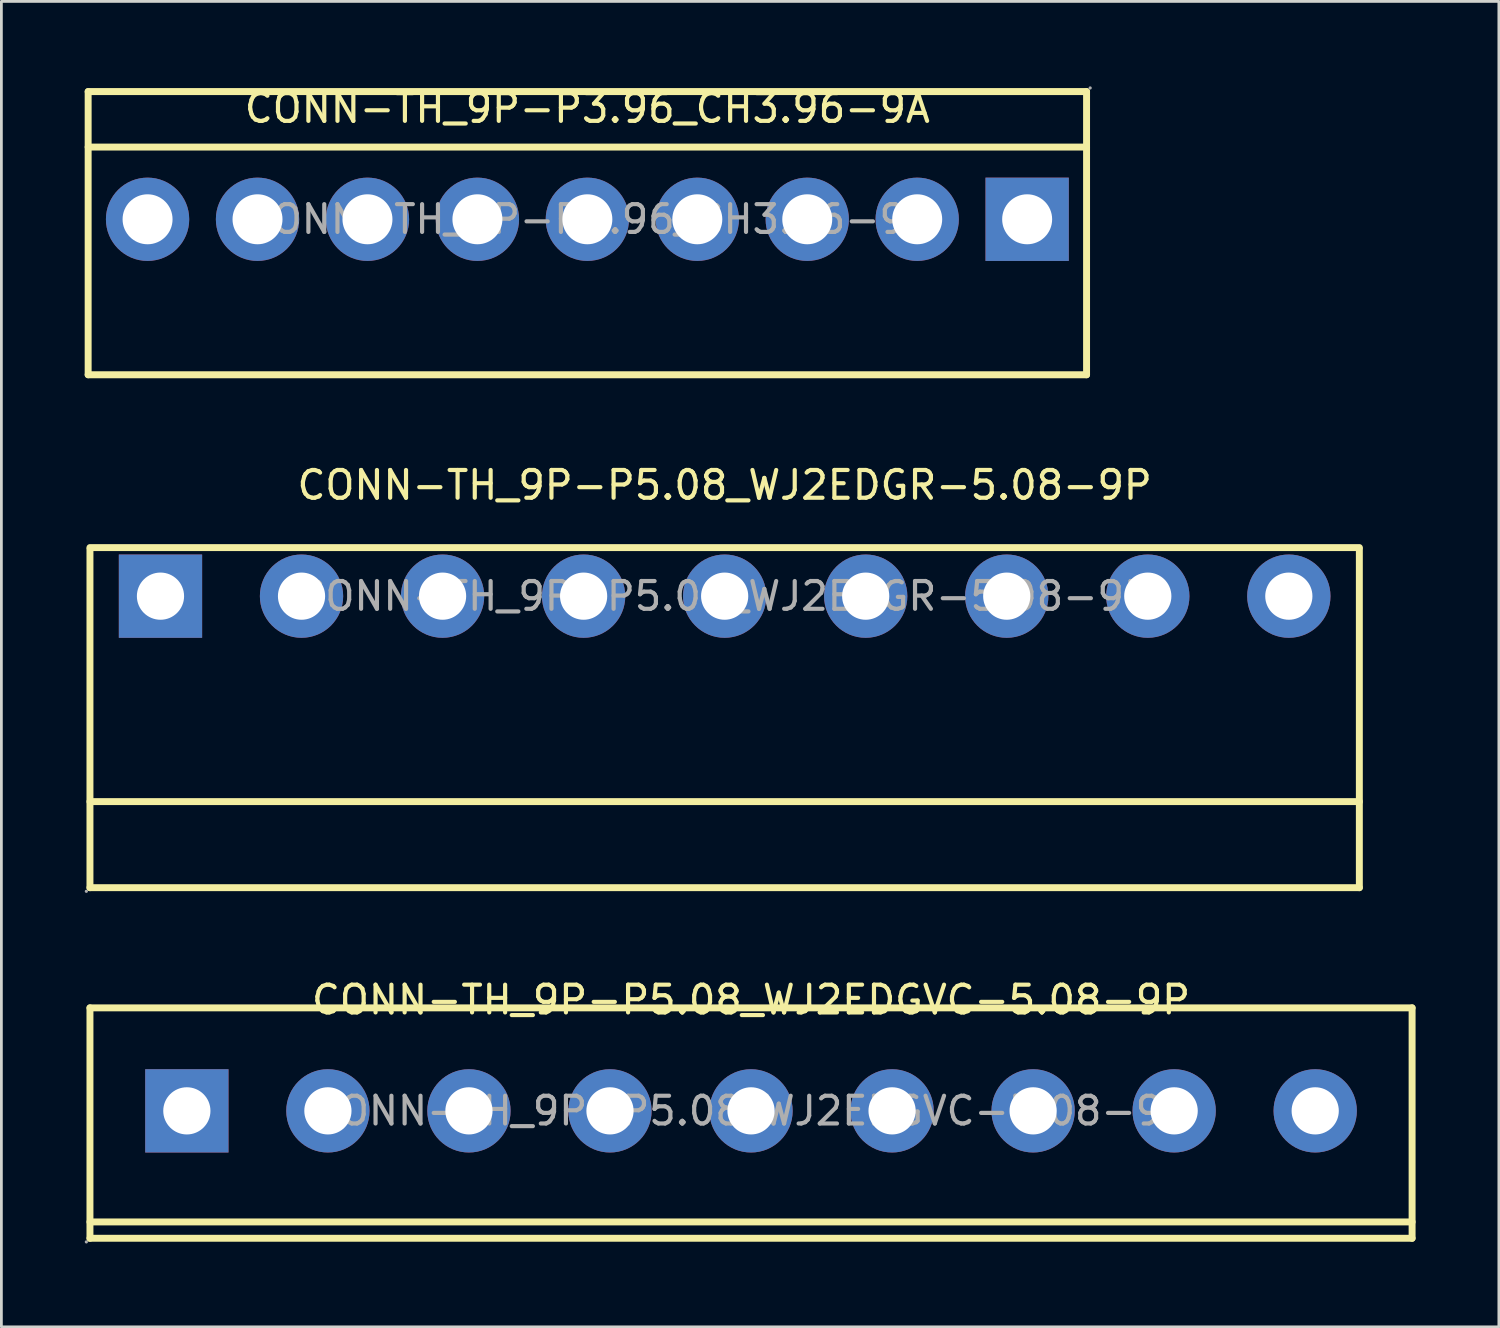
<source format=kicad_pcb>
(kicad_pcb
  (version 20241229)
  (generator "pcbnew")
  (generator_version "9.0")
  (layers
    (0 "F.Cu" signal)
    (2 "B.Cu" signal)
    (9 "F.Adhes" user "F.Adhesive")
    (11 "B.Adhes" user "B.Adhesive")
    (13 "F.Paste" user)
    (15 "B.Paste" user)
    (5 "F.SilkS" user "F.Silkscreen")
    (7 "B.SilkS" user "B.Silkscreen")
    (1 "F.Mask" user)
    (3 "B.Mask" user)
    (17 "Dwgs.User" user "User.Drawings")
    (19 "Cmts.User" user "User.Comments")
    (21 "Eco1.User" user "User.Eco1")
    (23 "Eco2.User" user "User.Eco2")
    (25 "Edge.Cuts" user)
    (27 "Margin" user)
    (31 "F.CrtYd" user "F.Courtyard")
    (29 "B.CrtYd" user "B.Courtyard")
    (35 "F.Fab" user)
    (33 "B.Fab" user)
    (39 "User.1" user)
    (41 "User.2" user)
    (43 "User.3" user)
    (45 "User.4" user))
  (footprint "CONN-TH_9P-P5.08_WJ2EDGVC-5.08-9P"
    (layer "F.Cu")
    (at 24 36.96)
    (property "Reference" "CONN-TH_9P-P5.08_WJ2EDGVC-5.08-9P" (at 0 -4 0) (layer "F.SilkS") (effects (font (size 1 1) (thickness 0.15))))
    (attr through_hole)
    (fp_line (start -23.81 -3.71) (end 23.81 -3.71) (stroke (width 0.25) (type solid)) (layer "F.SilkS"))
    (fp_line (start -23.81 4) (end 23.81 4) (stroke (width 0.25) (type solid)) (layer "F.SilkS"))
    (fp_line (start -23.81 4.59) (end -23.81 -3.71) (stroke (width 0.25) (type solid)) (layer "F.SilkS"))
    (fp_line (start -23.81 4.59) (end 23.81 4.59) (stroke (width 0.25) (type solid)) (layer "F.SilkS"))
    (fp_line (start 23.81 4.59) (end 23.81 -3.71) (stroke (width 0.25) (type solid)) (layer "F.SilkS"))
    (fp_circle (center -23.94 4.72) (end -23.91 4.72) (stroke (width 0.06) (type solid)) (fill no) (layer "F.Fab"))
    (fp_circle (center -20.32 0) (end -19.94 0) (stroke (width 0.75) (type solid)) (fill no) (layer "F.Fab"))
    (fp_circle (center -15.24 0) (end -14.86 0) (stroke (width 0.75) (type solid)) (fill no) (layer "F.Fab"))
    (fp_circle (center -10.16 0) (end -9.78 0) (stroke (width 0.75) (type solid)) (fill no) (layer "F.Fab"))
    (fp_circle (center -5.08 0) (end -4.7 0) (stroke (width 0.75) (type solid)) (fill no) (layer "F.Fab"))
    (fp_circle (center 0 0) (end 0.38 0) (stroke (width 0.75) (type solid)) (fill no) (layer "F.Fab"))
    (fp_circle (center 5.08 0) (end 5.46 0) (stroke (width 0.75) (type solid)) (fill no) (layer "F.Fab"))
    (fp_circle (center 10.16 0) (end 10.54 0) (stroke (width 0.75) (type solid)) (fill no) (layer "F.Fab"))
    (fp_circle (center 15.24 0) (end 15.62 0) (stroke (width 0.75) (type solid)) (fill no) (layer "F.Fab"))
    (fp_circle (center 20.32 0) (end 20.7 0) (stroke (width 0.75) (type solid)) (fill no) (layer "F.Fab"))
    (fp_text user "${REFERENCE}" (at 0 0 0) (layer "F.Fab") (effects (font (size 1 1) (thickness 0.15))))
    (pad "1" thru_hole rect (at -20.32 0) (size 3 3) (drill 1.7) (layers "*.Cu" "*.Paste" "*.Mask"))
    (pad "2" thru_hole circle (at -15.24 0) (size 3 3) (drill 1.7) (layers "*.Cu" "*.Paste" "*.Mask"))
    (pad "3" thru_hole circle (at -10.16 0) (size 3 3) (drill 1.7) (layers "*.Cu" "*.Paste" "*.Mask"))
    (pad "4" thru_hole circle (at -5.08 0) (size 3 3) (drill 1.7) (layers "*.Cu" "*.Paste" "*.Mask"))
    (pad "5" thru_hole circle (at 0 0) (size 3 3) (drill 1.7) (layers "*.Cu" "*.Paste" "*.Mask"))
    (pad "6" thru_hole circle (at 5.08 0) (size 3 3) (drill 1.7) (layers "*.Cu" "*.Paste" "*.Mask"))
    (pad "7" thru_hole circle (at 10.16 0) (size 3 3) (drill 1.7) (layers "*.Cu" "*.Paste" "*.Mask"))
    (pad "8" thru_hole circle (at 15.24 0) (size 3 3) (drill 1.7) (layers "*.Cu" "*.Paste" "*.Mask"))
    (pad "9" thru_hole circle (at 20.32 0) (size 3 3) (drill 1.7) (layers "*.Cu" "*.Paste" "*.Mask")))
  (footprint "CONN-TH_9P-P5.08_WJ2EDGR-5.08-9P"
    (layer "F.Cu")
    (at 23.05 18.422)
    (property "Reference" "CONN-TH_9P-P5.08_WJ2EDGR-5.08-9P" (at 0 -4 0) (layer "F.SilkS") (effects (font (size 1 1) (thickness 0.15))))
    (attr through_hole)
    (fp_line (start -22.86 7.4) (end 22.86 7.4) (stroke (width 0.25) (type solid)) (layer "F.SilkS"))
    (fp_line (start -22.86 10.5) (end -22.86 -1.7) (stroke (width 0.25) (type solid)) (layer "F.SilkS"))
    (fp_line (start -22.86 10.5) (end 22.86 10.5) (stroke (width 0.25) (type solid)) (layer "F.SilkS"))
    (fp_line (start 22.86 -1.75) (end -22.86 -1.75) (stroke (width 0.25) (type solid)) (layer "F.SilkS"))
    (fp_line (start 22.86 10.5) (end 22.86 -1.7) (stroke (width 0.25) (type solid)) (layer "F.SilkS"))
    (fp_circle (center -22.99 10.63) (end -22.96 10.63) (stroke (width 0.06) (type solid)) (fill no) (layer "F.Fab"))
    (fp_circle (center -20.32 0) (end -19.94 0) (stroke (width 0.75) (type solid)) (fill no) (layer "F.Fab"))
    (fp_circle (center -15.24 0) (end -14.86 0) (stroke (width 0.75) (type solid)) (fill no) (layer "F.Fab"))
    (fp_circle (center -10.16 0) (end -9.78 0) (stroke (width 0.75) (type solid)) (fill no) (layer "F.Fab"))
    (fp_circle (center -5.08 0) (end -4.7 0) (stroke (width 0.75) (type solid)) (fill no) (layer "F.Fab"))
    (fp_circle (center 0 0) (end 0.38 0) (stroke (width 0.75) (type solid)) (fill no) (layer "F.Fab"))
    (fp_circle (center 5.08 0) (end 5.46 0) (stroke (width 0.75) (type solid)) (fill no) (layer "F.Fab"))
    (fp_circle (center 10.16 0) (end 10.54 0) (stroke (width 0.75) (type solid)) (fill no) (layer "F.Fab"))
    (fp_circle (center 15.24 0) (end 15.62 0) (stroke (width 0.75) (type solid)) (fill no) (layer "F.Fab"))
    (fp_circle (center 20.32 0) (end 20.7 0) (stroke (width 0.75) (type solid)) (fill no) (layer "F.Fab"))
    (fp_text user "${REFERENCE}" (at 0 0 0) (layer "F.Fab") (effects (font (size 1 1) (thickness 0.15))))
    (pad "1" thru_hole rect (at -20.32 0) (size 3 3) (drill 1.7) (layers "*.Cu" "*.Paste" "*.Mask"))
    (pad "2" thru_hole circle (at -15.24 0) (size 3 3) (drill 1.7) (layers "*.Cu" "*.Paste" "*.Mask"))
    (pad "3" thru_hole circle (at -10.16 0) (size 3 3) (drill 1.7) (layers "*.Cu" "*.Paste" "*.Mask"))
    (pad "4" thru_hole circle (at -5.08 0) (size 3 3) (drill 1.7) (layers "*.Cu" "*.Paste" "*.Mask"))
    (pad "5" thru_hole circle (at 0 0) (size 3 3) (drill 1.7) (layers "*.Cu" "*.Paste" "*.Mask"))
    (pad "6" thru_hole circle (at 5.08 0) (size 3 3) (drill 1.7) (layers "*.Cu" "*.Paste" "*.Mask"))
    (pad "7" thru_hole circle (at 10.16 0) (size 3 3) (drill 1.7) (layers "*.Cu" "*.Paste" "*.Mask"))
    (pad "8" thru_hole circle (at 15.24 0) (size 3 3) (drill 1.7) (layers "*.Cu" "*.Paste" "*.Mask"))
    (pad "9" thru_hole circle (at 20.32 0) (size 3 3) (drill 1.7) (layers "*.Cu" "*.Paste" "*.Mask")))
  (footprint "CONN-TH_9P-P3.96_CH3.96-9A"
    (layer "F.Cu")
    (at 18.105 4.848)
    (property "Reference" "CONN-TH_9P-P3.96_CH3.96-9A" (at 0 -4 0) (layer "F.SilkS") (effects (font (size 1 1) (thickness 0.15))))
    (attr through_hole)
    (fp_line (start -17.98 -4.6) (end -17.98 5.6) (stroke (width 0.25) (type solid)) (layer "F.SilkS"))
    (fp_line (start -17.98 -4.6) (end 17.98 -4.6) (stroke (width 0.25) (type solid)) (layer "F.SilkS"))
    (fp_line (start -17.98 -2.6) (end 17.98 -2.6) (stroke (width 0.25) (type solid)) (layer "F.SilkS"))
    (fp_line (start -17.98 5.6) (end 17.98 5.6) (stroke (width 0.25) (type solid)) (layer "F.SilkS"))
    (fp_line (start 17.98 -4.6) (end 17.98 5.6) (stroke (width 0.25) (type solid)) (layer "F.SilkS"))
    (fp_circle (center -15.84 0) (end -15.44 0) (stroke (width 0.8) (type solid)) (fill no) (layer "F.Fab"))
    (fp_circle (center -11.88 0) (end -11.48 0) (stroke (width 0.8) (type solid)) (fill no) (layer "F.Fab"))
    (fp_circle (center -7.92 0) (end -7.52 0) (stroke (width 0.8) (type solid)) (fill no) (layer "F.Fab"))
    (fp_circle (center -3.96 0) (end -3.56 0) (stroke (width 0.8) (type solid)) (fill no) (layer "F.Fab"))
    (fp_circle (center 0 0) (end 0.4 0) (stroke (width 0.8) (type solid)) (fill no) (layer "F.Fab"))
    (fp_circle (center 3.96 0) (end 4.36 0) (stroke (width 0.8) (type solid)) (fill no) (layer "F.Fab"))
    (fp_circle (center 7.92 0) (end 8.32 0) (stroke (width 0.8) (type solid)) (fill no) (layer "F.Fab"))
    (fp_circle (center 11.88 0) (end 12.28 0) (stroke (width 0.8) (type solid)) (fill no) (layer "F.Fab"))
    (fp_circle (center 15.84 0) (end 16.24 0) (stroke (width 0.8) (type solid)) (fill no) (layer "F.Fab"))
    (fp_circle (center 18.11 -4.73) (end 18.14 -4.73) (stroke (width 0.06) (type solid)) (fill no) (layer "F.Fab"))
    (fp_text user "${REFERENCE}" (at 0 0 0) (layer "F.Fab") (effects (font (size 1 1) (thickness 0.15))))
    (pad "1" thru_hole rect (at 15.84 0) (size 3 3) (drill 1.8) (layers "*.Cu" "*.Paste" "*.Mask"))
    (pad "2" thru_hole circle (at 11.88 0) (size 3 3) (drill 1.8) (layers "*.Cu" "*.Paste" "*.Mask"))
    (pad "3" thru_hole circle (at 7.92 0) (size 3 3) (drill 1.8) (layers "*.Cu" "*.Paste" "*.Mask"))
    (pad "4" thru_hole circle (at 3.96 0) (size 3 3) (drill 1.8) (layers "*.Cu" "*.Paste" "*.Mask"))
    (pad "5" thru_hole circle (at 0 0) (size 3 3) (drill 1.8) (layers "*.Cu" "*.Paste" "*.Mask"))
    (pad "6" thru_hole circle (at -3.96 0) (size 3 3) (drill 1.8) (layers "*.Cu" "*.Paste" "*.Mask"))
    (pad "7" thru_hole circle (at -7.92 0) (size 3 3) (drill 1.8) (layers "*.Cu" "*.Paste" "*.Mask"))
    (pad "8" thru_hole circle (at -11.88 0) (size 3 3) (drill 1.8) (layers "*.Cu" "*.Paste" "*.Mask"))
    (pad "9" thru_hole circle (at -15.84 0) (size 3 3) (drill 1.8) (layers "*.Cu" "*.Paste" "*.Mask")))
  (gr_rect
    (start -3 -3)
    (end 50.935 44.74)
    (stroke (width 0.1) (type default))
    (fill no)
    (layer "Edge.Cuts")))
</source>
